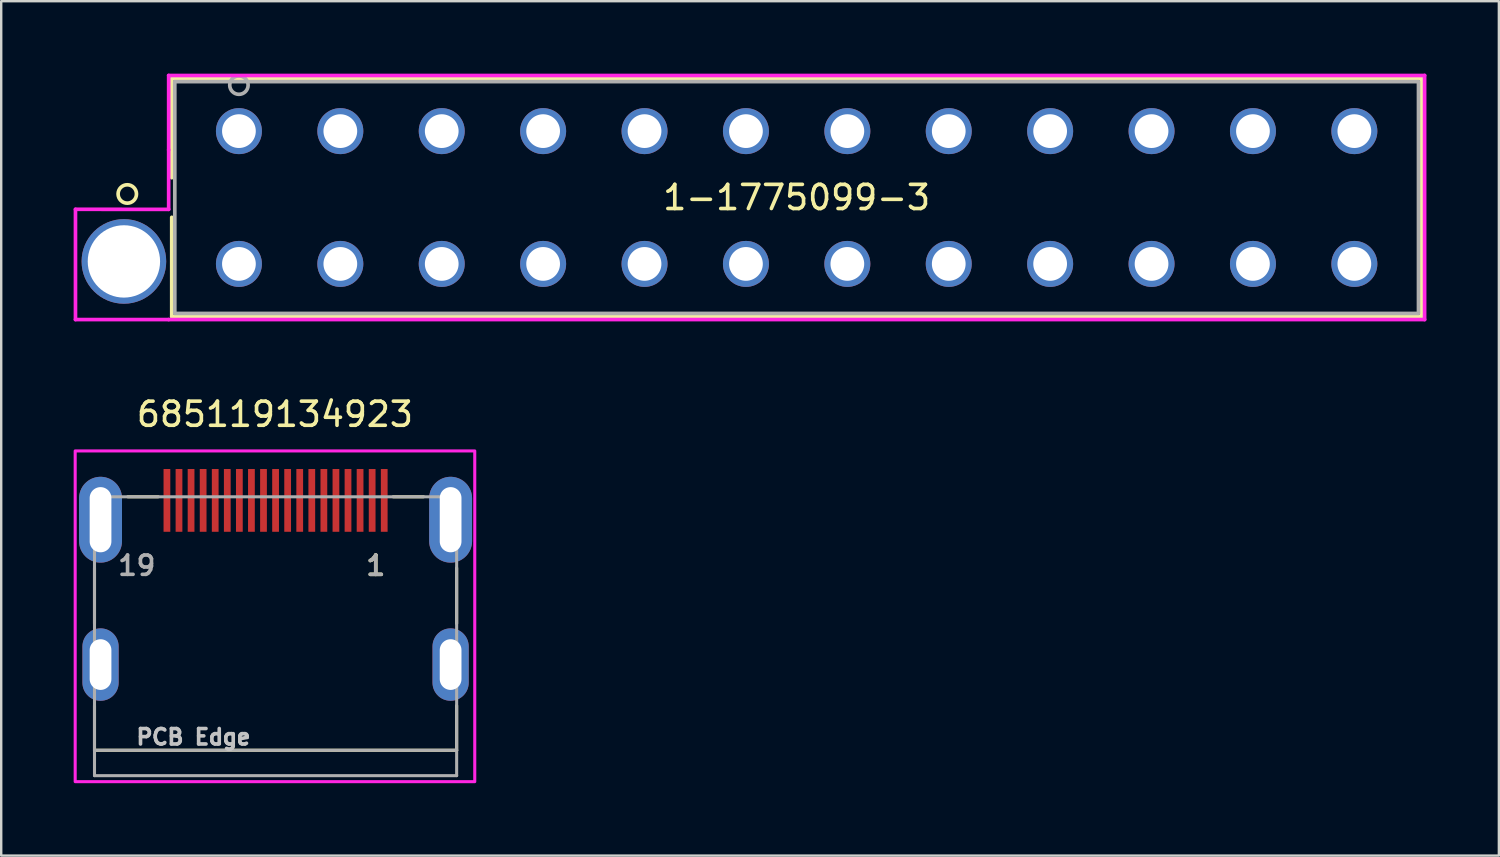
<source format=kicad_pcb>
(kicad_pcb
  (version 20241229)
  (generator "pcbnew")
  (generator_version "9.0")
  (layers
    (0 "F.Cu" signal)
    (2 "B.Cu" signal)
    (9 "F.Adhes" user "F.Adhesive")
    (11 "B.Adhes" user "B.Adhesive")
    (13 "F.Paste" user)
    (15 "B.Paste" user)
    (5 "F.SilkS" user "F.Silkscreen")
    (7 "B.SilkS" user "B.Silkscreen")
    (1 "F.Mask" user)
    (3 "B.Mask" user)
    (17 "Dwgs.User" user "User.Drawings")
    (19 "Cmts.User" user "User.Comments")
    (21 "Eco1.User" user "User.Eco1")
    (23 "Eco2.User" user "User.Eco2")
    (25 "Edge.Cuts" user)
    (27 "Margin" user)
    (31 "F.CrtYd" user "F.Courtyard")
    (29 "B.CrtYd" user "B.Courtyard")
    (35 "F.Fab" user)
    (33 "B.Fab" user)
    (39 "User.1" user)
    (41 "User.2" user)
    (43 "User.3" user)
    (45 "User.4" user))
  (footprint "685119134923"
    (layer "F.Cu")
    (at 8.364 17.676)
    (property "Reference" "685119134923" (at -0.027 -3.566 0) (layer "F.SilkS") (effects (font (size 1 1) (thickness 0.15))))
    (attr smd)
    (fp_line (start -7.5 2.8) (end -7.5 5.1) (stroke (width 0.127) (type solid)) (layer "F.SilkS"))
    (fp_line (start -7.5 8.5) (end -7.5 10.35) (stroke (width 0.127) (type solid)) (layer "F.SilkS"))
    (fp_line (start -7.5 10.35) (end 7.5 10.35) (stroke (width 0.127) (type solid)) (layer "F.SilkS"))
    (fp_line (start -6.12 -0.15) (end -4.86 -0.15) (stroke (width 0.127) (type solid)) (layer "F.SilkS"))
    (fp_line (start 4.87 -0.15) (end 6.13 -0.15) (stroke (width 0.127) (type solid)) (layer "F.SilkS"))
    (fp_line (start 7.5 2.8) (end 7.5 5.1) (stroke (width 0.127) (type solid)) (layer "F.SilkS"))
    (fp_line (start 7.5 10.35) (end 7.5 8.5) (stroke (width 0.127) (type solid)) (layer "F.SilkS"))
    (fp_poly (pts (xy -8.3 -2.05) (xy 8.25 -2.05) (xy 8.25 11.65) (xy -8.3 11.65)) (stroke (width 0.127) (type solid)) (fill no) (layer "F.CrtYd"))
    (fp_line (start -7.5 -0.15) (end 7.5 -0.15) (stroke (width 0.127) (type solid)) (layer "F.Fab"))
    (fp_line (start -7.5 10.35) (end -7.5 -0.15) (stroke (width 0.127) (type solid)) (layer "F.Fab"))
    (fp_line (start -7.5 10.35) (end -7.5 11.4) (stroke (width 0.127) (type solid)) (layer "F.Fab"))
    (fp_line (start -7.5 11.4) (end 7.5 11.4) (stroke (width 0.127) (type solid)) (layer "F.Fab"))
    (fp_line (start 7.5 -0.15) (end 7.5 10.35) (stroke (width 0.127) (type solid)) (layer "F.Fab"))
    (fp_line (start 7.5 10.35) (end -7.5 10.35) (stroke (width 0.127) (type solid)) (layer "F.Fab"))
    (fp_line (start 7.5 11.4) (end 7.5 10.35) (stroke (width 0.127) (type solid)) (layer "F.Fab"))
    (fp_text user "1" (at 4.15 2.7 0) (layer "F.SilkS") (effects (font (size 0.8 0.8) (thickness 0.15))))
    (fp_text user "PCB Edge" (at -3.4 9.8 0) (layer "Dwgs.User") (effects (font (size 0.64 0.64) (thickness 0.15))))
    (fp_text user "19" (at -5.75 2.7 0) (layer "F.Fab") (effects (font (size 0.8 0.8) (thickness 0.15))))
    (fp_text user "1" (at 4.15 2.7 0) (layer "F.Fab") (effects (font (size 0.8 0.8) (thickness 0.15))))
    (pad "1" smd rect (at 4.5 0 180) (size 0.28 2.6) (layers "F.Cu" "F.Mask" "F.Paste"))
    (pad "2" smd rect (at 4 0 180) (size 0.28 2.6) (layers "F.Cu" "F.Mask" "F.Paste"))
    (pad "3" smd rect (at 3.5 0 180) (size 0.28 2.6) (layers "F.Cu" "F.Mask" "F.Paste"))
    (pad "4" smd rect (at 3 0 180) (size 0.28 2.6) (layers "F.Cu" "F.Mask" "F.Paste"))
    (pad "5" smd rect (at 2.5 0 180) (size 0.28 2.6) (layers "F.Cu" "F.Mask" "F.Paste"))
    (pad "6" smd rect (at 2 0 180) (size 0.28 2.6) (layers "F.Cu" "F.Mask" "F.Paste"))
    (pad "7" smd rect (at 1.5 0 180) (size 0.28 2.6) (layers "F.Cu" "F.Mask" "F.Paste"))
    (pad "8" smd rect (at 1 0 180) (size 0.28 2.6) (layers "F.Cu" "F.Mask" "F.Paste"))
    (pad "9" smd rect (at 0.5 0 180) (size 0.28 2.6) (layers "F.Cu" "F.Mask" "F.Paste"))
    (pad "10" smd rect (at 0 0 180) (size 0.28 2.6) (layers "F.Cu" "F.Mask" "F.Paste"))
    (pad "11" smd rect (at -0.5 0 180) (size 0.28 2.6) (layers "F.Cu" "F.Mask" "F.Paste"))
    (pad "12" smd rect (at -1 0 180) (size 0.28 2.6) (layers "F.Cu" "F.Mask" "F.Paste"))
    (pad "13" smd rect (at -1.5 0 180) (size 0.28 2.6) (layers "F.Cu" "F.Mask" "F.Paste"))
    (pad "14" smd rect (at -2 0 180) (size 0.28 2.6) (layers "F.Cu" "F.Mask" "F.Paste"))
    (pad "15" smd rect (at -2.5 0 180) (size 0.28 2.6) (layers "F.Cu" "F.Mask" "F.Paste"))
    (pad "16" smd rect (at -3 0 180) (size 0.28 2.6) (layers "F.Cu" "F.Mask" "F.Paste"))
    (pad "17" smd rect (at -3.5 0 180) (size 0.28 2.6) (layers "F.Cu" "F.Mask" "F.Paste"))
    (pad "18" smd rect (at -4 0 180) (size 0.28 2.6) (layers "F.Cu" "F.Mask" "F.Paste"))
    (pad "19" smd rect (at -4.5 0 180) (size 0.28 2.6) (layers "F.Cu" "F.Mask" "F.Paste"))
    (pad "SHELL" thru_hole oval (at -7.25 0.8) (size 1.778 3.556) (drill oval 0.9 2.7) (layers "*.Cu" "*.Mask"))
    (pad "SHELL1" thru_hole oval (at 7.25 0.8) (size 1.778 3.556) (drill oval 0.9 2.7) (layers "*.Cu" "*.Mask"))
    (pad "SHELL2" thru_hole oval (at -7.25 6.8) (size 1.5 3) (drill oval 0.9 2.1) (layers "*.Cu" "*.Mask"))
    (pad "SHELL3" thru_hole oval (at 7.25 6.8) (size 1.5 3) (drill oval 0.9 2.1) (layers "*.Cu" "*.Mask")))
  (footprint "1-1775099-3"
    (layer "F.Cu")
    (at 6.846 2.381)
    (property "Reference" "1-1775099-3" (at 23.1 2.75 0) (layer "F.SilkS") (effects (font (size 1 1) (thickness 0.15))))
    (attr through_hole)
    (fp_line (start -2.783 -2.178) (end -2.783 1.93) (stroke (width 0.152) (type solid)) (layer "F.SilkS"))
    (fp_line (start -2.783 3.57) (end -2.783 7.678) (stroke (width 0.152) (type solid)) (layer "F.SilkS"))
    (fp_line (start -2.783 7.678) (end 48.983 7.678) (stroke (width 0.152) (type solid)) (layer "F.SilkS"))
    (fp_line (start 48.983 -2.178) (end -2.783 -2.178) (stroke (width 0.152) (type solid)) (layer "F.SilkS"))
    (fp_line (start 48.983 7.678) (end 48.983 -2.178) (stroke (width 0.152) (type solid)) (layer "F.SilkS"))
    (fp_circle (center -4.624 2.603) (end -4.243 2.603) (stroke (width 0.152) (type solid)) (fill no) (layer "F.SilkS"))
    (fp_line (start -6.77 3.239) (end -6.77 7.805) (stroke (width 0.152) (type solid)) (layer "F.CrtYd"))
    (fp_line (start -6.77 7.805) (end -2.91 7.805) (stroke (width 0.152) (type solid)) (layer "F.CrtYd"))
    (fp_line (start -2.91 -2.305) (end -2.91 0.776) (stroke (width 0.152) (type solid)) (layer "F.CrtYd"))
    (fp_line (start -2.91 0.776) (end -2.91 3.24) (stroke (width 0.152) (type solid)) (layer "F.CrtYd"))
    (fp_line (start -2.91 3.24) (end -6.77 3.239) (stroke (width 0.152) (type solid)) (layer "F.CrtYd"))
    (fp_line (start -2.91 7.805) (end 49.11 7.805) (stroke (width 0.152) (type solid)) (layer "F.CrtYd"))
    (fp_line (start 49.11 -2.305) (end -2.91 -2.305) (stroke (width 0.152) (type solid)) (layer "F.CrtYd"))
    (fp_line (start 49.11 7.805) (end 49.11 -2.305) (stroke (width 0.152) (type solid)) (layer "F.CrtYd"))
    (fp_rect (start -2.656 -2.051) (end 48.856 7.551) (stroke (width 0.152) (type solid)) (fill no) (layer "F.Fab"))
    (fp_circle (center 0 -1.905) (end 0.381 -1.905) (stroke (width 0.152) (type solid)) (fill no) (layer "F.Fab"))
    (pad "1" thru_hole circle (at 0.000001 0) (size 1.905 1.905) (drill 1.397) (layers "*.Cu" "*.Mask"))
    (pad "2" thru_hole circle (at 4.2 0) (size 1.905 1.905) (drill 1.397) (layers "*.Cu" "*.Mask"))
    (pad "3" thru_hole circle (at 8.4 0) (size 1.905 1.905) (drill 1.397) (layers "*.Cu" "*.Mask"))
    (pad "4" thru_hole circle (at 12.6 0) (size 1.905 1.905) (drill 1.397) (layers "*.Cu" "*.Mask"))
    (pad "5" thru_hole circle (at 16.8 0) (size 1.905 1.905) (drill 1.397) (layers "*.Cu" "*.Mask"))
    (pad "6" thru_hole circle (at 21 0) (size 1.905 1.905) (drill 1.397) (layers "*.Cu" "*.Mask"))
    (pad "7" thru_hole circle (at 25.2 0) (size 1.905 1.905) (drill 1.397) (layers "*.Cu" "*.Mask"))
    (pad "8" thru_hole circle (at 29.4 0) (size 1.905 1.905) (drill 1.397) (layers "*.Cu" "*.Mask"))
    (pad "9" thru_hole circle (at 33.6 0) (size 1.905 1.905) (drill 1.397) (layers "*.Cu" "*.Mask"))
    (pad "10" thru_hole circle (at 37.8 0) (size 1.905 1.905) (drill 1.397) (layers "*.Cu" "*.Mask"))
    (pad "11" thru_hole circle (at 42 0) (size 1.905 1.905) (drill 1.397) (layers "*.Cu" "*.Mask"))
    (pad "12" thru_hole circle (at 46.2 0) (size 1.905 1.905) (drill 1.397) (layers "*.Cu" "*.Mask"))
    (pad "13" thru_hole circle (at 0.000001 5.5) (size 1.905 1.905) (drill 1.397) (layers "*.Cu" "*.Mask"))
    (pad "14" thru_hole circle (at 4.2 5.5) (size 1.905 1.905) (drill 1.397) (layers "*.Cu" "*.Mask"))
    (pad "15" thru_hole circle (at 8.4 5.5) (size 1.905 1.905) (drill 1.397) (layers "*.Cu" "*.Mask"))
    (pad "16" thru_hole circle (at 12.6 5.5) (size 1.905 1.905) (drill 1.397) (layers "*.Cu" "*.Mask"))
    (pad "17" thru_hole circle (at 16.8 5.5) (size 1.905 1.905) (drill 1.397) (layers "*.Cu" "*.Mask"))
    (pad "18" thru_hole circle (at 21 5.5) (size 1.905 1.905) (drill 1.397) (layers "*.Cu" "*.Mask"))
    (pad "19" thru_hole circle (at 25.2 5.5) (size 1.905 1.905) (drill 1.397) (layers "*.Cu" "*.Mask"))
    (pad "20" thru_hole circle (at 29.4 5.5) (size 1.905 1.905) (drill 1.397) (layers "*.Cu" "*.Mask"))
    (pad "21" thru_hole circle (at 33.6 5.5) (size 1.905 1.905) (drill 1.397) (layers "*.Cu" "*.Mask"))
    (pad "22" thru_hole circle (at 37.8 5.5) (size 1.905 1.905) (drill 1.397) (layers "*.Cu" "*.Mask"))
    (pad "23" thru_hole circle (at 42 5.5) (size 1.905 1.905) (drill 1.397) (layers "*.Cu" "*.Mask"))
    (pad "24" thru_hole circle (at 46.2 5.5) (size 1.905 1.905) (drill 1.397) (layers "*.Cu" "*.Mask"))
    (pad "25" thru_hole circle (at -4.764 5.397) (size 3.505 3.505) (drill 2.997) (layers "*.Cu" "*.Mask")))
  (gr_rect
    (start -3 -3)
    (end 59.032 32.389)
    (stroke (width 0.1) (type default))
    (fill no)
    (layer "Edge.Cuts")))
</source>
